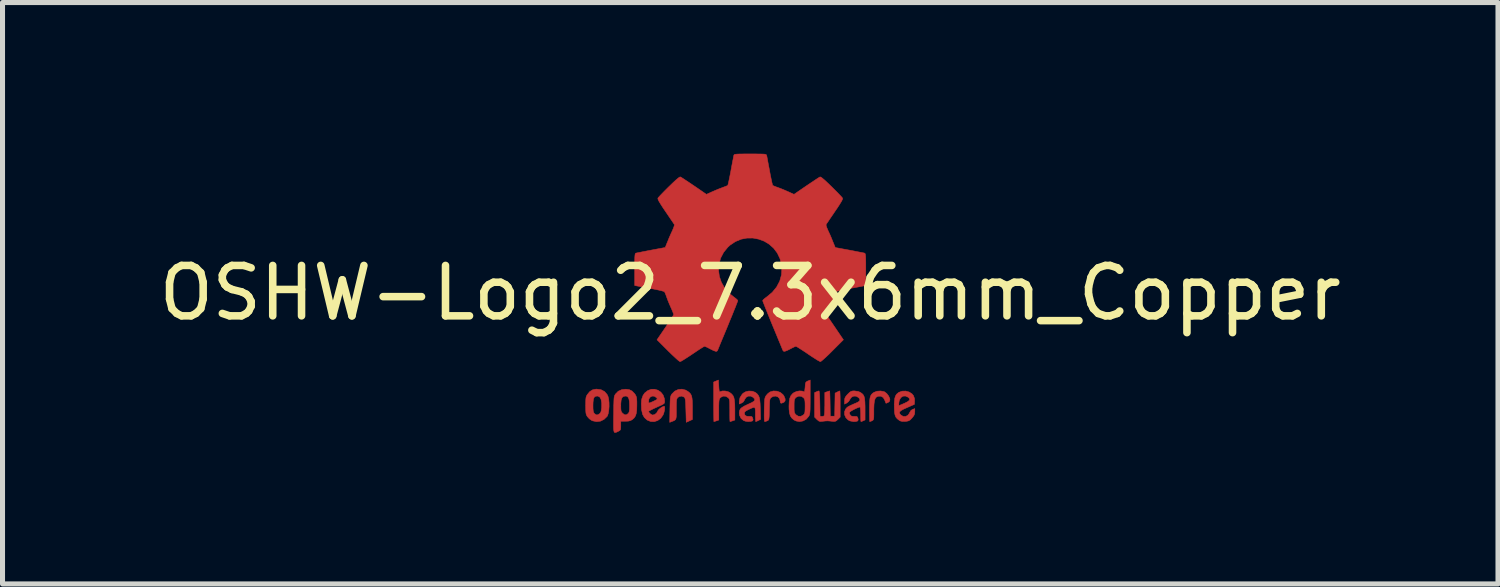
<source format=kicad_pcb>
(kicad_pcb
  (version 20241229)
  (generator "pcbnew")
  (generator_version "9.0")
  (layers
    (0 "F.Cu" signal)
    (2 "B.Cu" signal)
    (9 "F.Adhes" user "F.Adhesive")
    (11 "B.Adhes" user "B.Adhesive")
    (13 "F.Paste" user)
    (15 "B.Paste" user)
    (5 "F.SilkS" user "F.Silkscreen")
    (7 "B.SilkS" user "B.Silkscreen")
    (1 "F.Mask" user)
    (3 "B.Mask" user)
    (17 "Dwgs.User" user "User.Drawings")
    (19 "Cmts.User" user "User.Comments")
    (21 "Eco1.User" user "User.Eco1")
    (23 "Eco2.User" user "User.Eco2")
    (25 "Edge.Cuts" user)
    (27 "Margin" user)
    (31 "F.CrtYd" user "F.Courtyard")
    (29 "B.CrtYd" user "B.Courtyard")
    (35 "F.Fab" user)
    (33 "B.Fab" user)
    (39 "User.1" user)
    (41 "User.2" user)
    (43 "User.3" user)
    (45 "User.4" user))
  (footprint "OSHW-Logo2_7.3x6mm_Copper"
    (layer "F.Cu")
    (at 11.839 2.763)
    (property "Reference" "OSHW-Logo2_7.3x6mm_Copper" (at 0 0 0) (layer "F.SilkS") (effects (font (size 1 1) (thickness 0.15))))
    (attr board_only exclude_from_pos_files exclude_from_bom allow_missing_courtyard)
    (fp_poly (pts (xy 2.653 1.959) (xy 2.67 1.966) (xy 2.711 1.999) (xy 2.747 2.047) (xy 2.769 2.097) (xy 2.772 2.122) (xy 2.76 2.157) (xy 2.734 2.175) (xy 2.706 2.187) (xy 2.693 2.189) (xy 2.687 2.174) (xy 2.674 2.141) (xy 2.669 2.127) (xy 2.639 2.076) (xy 2.595 2.05) (xy 2.538 2.051) (xy 2.534 2.052) (xy 2.504 2.067) (xy 2.481 2.094) (xy 2.466 2.139) (xy 2.457 2.205) (xy 2.453 2.294) (xy 2.453 2.341) (xy 2.453 2.416) (xy 2.452 2.467) (xy 2.448 2.499) (xy 2.442 2.518) (xy 2.432 2.529) (xy 2.417 2.537) (xy 2.416 2.538) (xy 2.387 2.55) (xy 2.372 2.555) (xy 2.37 2.541) (xy 2.368 2.503) (xy 2.367 2.446) (xy 2.366 2.374) (xy 2.366 2.322) (xy 2.367 2.22) (xy 2.37 2.143) (xy 2.377 2.086) (xy 2.389 2.045) (xy 2.407 2.014) (xy 2.432 1.99) (xy 2.457 1.973) (xy 2.517 1.951) (xy 2.587 1.946) (xy 2.653 1.959)) (stroke (width 0.01) (type solid)) (fill yes) (layer "F.Cu"))
    (fp_poly (pts (xy -1.284 1.928) (xy -1.237 1.955) (xy -1.205 1.981) (xy -1.181 2.009) (xy -1.165 2.044) (xy -1.155 2.089) (xy -1.149 2.151) (xy -1.147 2.234) (xy -1.147 2.293) (xy -1.147 2.512) (xy -1.208 2.54) (xy -1.27 2.568) (xy -1.277 2.328) (xy -1.28 2.238) (xy -1.283 2.173) (xy -1.287 2.128) (xy -1.293 2.099) (xy -1.3 2.081) (xy -1.31 2.07) (xy -1.313 2.067) (xy -1.36 2.048) (xy -1.408 2.056) (xy -1.437 2.076) (xy -1.449 2.09) (xy -1.457 2.108) (xy -1.462 2.136) (xy -1.465 2.179) (xy -1.466 2.242) (xy -1.466 2.307) (xy -1.466 2.389) (xy -1.467 2.447) (xy -1.472 2.486) (xy -1.482 2.512) (xy -1.499 2.528) (xy -1.525 2.541) (xy -1.56 2.554) (xy -1.598 2.569) (xy -1.594 2.311) (xy -1.592 2.219) (xy -1.59 2.15) (xy -1.587 2.101) (xy -1.582 2.066) (xy -1.575 2.042) (xy -1.566 2.022) (xy -1.554 2.005) (xy -1.499 1.95) (xy -1.431 1.918) (xy -1.357 1.91) (xy -1.284 1.928)) (stroke (width 0.01) (type solid)) (fill yes) (layer "F.Cu"))
    (fp_poly (pts (xy 0.53 1.95) (xy 0.596 1.974) (xy 0.649 2.017) (xy 0.67 2.047) (xy 0.693 2.103) (xy 0.692 2.143) (xy 0.669 2.17) (xy 0.66 2.175) (xy 0.622 2.189) (xy 0.602 2.185) (xy 0.595 2.161) (xy 0.595 2.148) (xy 0.583 2.099) (xy 0.551 2.065) (xy 0.508 2.048) (xy 0.459 2.053) (xy 0.419 2.074) (xy 0.405 2.087) (xy 0.396 2.101) (xy 0.389 2.124) (xy 0.385 2.159) (xy 0.383 2.212) (xy 0.381 2.288) (xy 0.38 2.312) (xy 0.378 2.394) (xy 0.376 2.451) (xy 0.372 2.49) (xy 0.367 2.513) (xy 0.359 2.526) (xy 0.347 2.535) (xy 0.339 2.538) (xy 0.307 2.55) (xy 0.288 2.555) (xy 0.282 2.541) (xy 0.278 2.5) (xy 0.277 2.431) (xy 0.278 2.334) (xy 0.278 2.319) (xy 0.28 2.23) (xy 0.283 2.165) (xy 0.286 2.119) (xy 0.292 2.087) (xy 0.3 2.064) (xy 0.311 2.044) (xy 0.317 2.035) (xy 0.35 1.998) (xy 0.388 1.969) (xy 0.392 1.966) (xy 0.459 1.946) (xy 0.53 1.95)) (stroke (width 0.01) (type solid)) (fill yes) (layer "F.Cu"))
    (fp_poly (pts (xy -0.624 1.851) (xy -0.62 1.911) (xy -0.615 1.946) (xy -0.608 1.961) (xy -0.598 1.961) (xy -0.595 1.959) (xy -0.552 1.946) (xy -0.497 1.947) (xy -0.44 1.96) (xy -0.405 1.978) (xy -0.369 2.006) (xy -0.342 2.038) (xy -0.324 2.078) (xy -0.313 2.132) (xy -0.307 2.204) (xy -0.305 2.299) (xy -0.305 2.317) (xy -0.305 2.523) (xy -0.351 2.539) (xy -0.383 2.549) (xy -0.401 2.554) (xy -0.401 2.555) (xy -0.403 2.541) (xy -0.405 2.503) (xy -0.406 2.446) (xy -0.406 2.375) (xy -0.406 2.332) (xy -0.407 2.247) (xy -0.408 2.186) (xy -0.41 2.144) (xy -0.415 2.117) (xy -0.422 2.098) (xy -0.433 2.085) (xy -0.44 2.078) (xy -0.487 2.051) (xy -0.538 2.049) (xy -0.584 2.072) (xy -0.593 2.08) (xy -0.605 2.095) (xy -0.614 2.114) (xy -0.619 2.14) (xy -0.622 2.18) (xy -0.624 2.238) (xy -0.624 2.318) (xy -0.624 2.523) (xy -0.67 2.539) (xy -0.702 2.549) (xy -0.72 2.554) (xy -0.721 2.555) (xy -0.722 2.541) (xy -0.723 2.501) (xy -0.724 2.441) (xy -0.725 2.362) (xy -0.726 2.269) (xy -0.726 2.167) (xy -0.726 1.769) (xy -0.679 1.749) (xy -0.631 1.73) (xy -0.624 1.851)) (stroke (width 0.01) (type solid)) (fill yes) (layer "F.Cu"))
    (fp_poly (pts (xy 1.78 1.959) (xy 1.782 1.997) (xy 1.784 2.055) (xy 1.785 2.128) (xy 1.785 2.205) (xy 1.785 2.465) (xy 1.739 2.511) (xy 1.708 2.539) (xy 1.68 2.551) (xy 1.642 2.55) (xy 1.627 2.548) (xy 1.58 2.543) (xy 1.541 2.54) (xy 1.531 2.54) (xy 1.499 2.541) (xy 1.453 2.546) (xy 1.436 2.548) (xy 1.392 2.552) (xy 1.363 2.544) (xy 1.334 2.521) (xy 1.323 2.511) (xy 1.277 2.465) (xy 1.277 1.979) (xy 1.314 1.962) (xy 1.346 1.949) (xy 1.365 1.945) (xy 1.369 1.959) (xy 1.374 1.997) (xy 1.378 2.056) (xy 1.381 2.132) (xy 1.382 2.195) (xy 1.386 2.446) (xy 1.421 2.451) (xy 1.452 2.447) (xy 1.468 2.436) (xy 1.472 2.415) (xy 1.476 2.371) (xy 1.478 2.309) (xy 1.48 2.235) (xy 1.48 2.197) (xy 1.48 1.977) (xy 1.526 1.961) (xy 1.559 1.95) (xy 1.576 1.945) (xy 1.577 1.945) (xy 1.578 1.959) (xy 1.58 1.997) (xy 1.582 2.054) (xy 1.584 2.127) (xy 1.585 2.195) (xy 1.589 2.446) (xy 1.676 2.446) (xy 1.68 2.217) (xy 1.684 1.989) (xy 1.727 1.967) (xy 1.758 1.952) (xy 1.777 1.945) (xy 1.777 1.945) (xy 1.78 1.959)) (stroke (width 0.01) (type solid)) (fill yes) (layer "F.Cu"))
    (fp_poly (pts (xy -2.959 1.922) (xy -2.891 1.958) (xy -2.841 2.015) (xy -2.823 2.052) (xy -2.809 2.108) (xy -2.802 2.178) (xy -2.801 2.255) (xy -2.807 2.33) (xy -2.818 2.394) (xy -2.834 2.441) (xy -2.839 2.449) (xy -2.9 2.509) (xy -2.971 2.545) (xy -3.049 2.555) (xy -3.127 2.539) (xy -3.149 2.529) (xy -3.192 2.499) (xy -3.229 2.459) (xy -3.233 2.454) (xy -3.247 2.43) (xy -3.257 2.404) (xy -3.262 2.37) (xy -3.265 2.321) (xy -3.266 2.251) (xy -3.266 2.235) (xy -3.266 2.23) (xy -3.121 2.23) (xy -3.12 2.296) (xy -3.116 2.34) (xy -3.109 2.369) (xy -3.098 2.388) (xy -3.092 2.395) (xy -3.057 2.42) (xy -3.023 2.419) (xy -2.989 2.397) (xy -2.969 2.374) (xy -2.957 2.34) (xy -2.95 2.288) (xy -2.949 2.281) (xy -2.948 2.186) (xy -2.96 2.114) (xy -2.985 2.068) (xy -3.023 2.048) (xy -3.037 2.047) (xy -3.073 2.052) (xy -3.097 2.072) (xy -3.112 2.109) (xy -3.119 2.168) (xy -3.121 2.23) (xy -3.266 2.23) (xy -3.265 2.16) (xy -3.263 2.108) (xy -3.258 2.072) (xy -3.249 2.045) (xy -3.236 2.022) (xy -3.233 2.017) (xy -3.184 1.958) (xy -3.13 1.924) (xy -3.064 1.91) (xy -3.042 1.91) (xy -2.959 1.922)) (stroke (width 0.01) (type solid)) (fill yes) (layer "F.Cu"))
    (fp_poly (pts (xy 3.154 1.967) (xy 3.211 2.004) (xy 3.239 2.038) (xy 3.261 2.099) (xy 3.262 2.147) (xy 3.258 2.212) (xy 3.11 2.277) (xy 3.037 2.31) (xy 2.99 2.337) (xy 2.966 2.36) (xy 2.961 2.383) (xy 2.975 2.407) (xy 2.99 2.424) (xy 3.034 2.45) (xy 3.081 2.452) (xy 3.125 2.432) (xy 3.157 2.391) (xy 3.163 2.376) (xy 3.191 2.331) (xy 3.222 2.312) (xy 3.266 2.296) (xy 3.266 2.358) (xy 3.262 2.4) (xy 3.247 2.436) (xy 3.215 2.477) (xy 3.211 2.482) (xy 3.176 2.519) (xy 3.145 2.538) (xy 3.108 2.547) (xy 3.076 2.55) (xy 3.02 2.551) (xy 2.981 2.542) (xy 2.956 2.528) (xy 2.917 2.497) (xy 2.89 2.465) (xy 2.873 2.423) (xy 2.863 2.368) (xy 2.86 2.291) (xy 2.859 2.253) (xy 2.86 2.206) (xy 2.948 2.206) (xy 2.949 2.231) (xy 2.952 2.235) (xy 2.968 2.23) (xy 3.004 2.215) (xy 3.052 2.194) (xy 3.062 2.19) (xy 3.123 2.159) (xy 3.157 2.132) (xy 3.164 2.106) (xy 3.146 2.08) (xy 3.132 2.069) (xy 3.079 2.046) (xy 3.03 2.05) (xy 2.989 2.078) (xy 2.961 2.127) (xy 2.952 2.166) (xy 2.948 2.206) (xy 2.86 2.206) (xy 2.861 2.162) (xy 2.868 2.095) (xy 2.882 2.047) (xy 2.904 2.011) (xy 2.937 1.983) (xy 2.951 1.973) (xy 3.015 1.95) (xy 3.085 1.948) (xy 3.154 1.967)) (stroke (width 0.01) (type solid)) (fill yes) (layer "F.Cu"))
    (fp_poly (pts (xy 1.19 2.065) (xy 1.19 2.174) (xy 1.189 2.257) (xy 1.188 2.32) (xy 1.185 2.365) (xy 1.181 2.397) (xy 1.175 2.421) (xy 1.167 2.439) (xy 1.161 2.449) (xy 1.112 2.506) (xy 1.049 2.541) (xy 0.98 2.554) (xy 0.911 2.542) (xy 0.869 2.522) (xy 0.826 2.485) (xy 0.796 2.441) (xy 0.779 2.383) (xy 0.77 2.306) (xy 0.769 2.25) (xy 0.769 2.246) (xy 0.871 2.246) (xy 0.871 2.311) (xy 0.874 2.354) (xy 0.881 2.382) (xy 0.893 2.402) (xy 0.906 2.417) (xy 0.953 2.447) (xy 1.004 2.449) (xy 1.051 2.425) (xy 1.055 2.421) (xy 1.071 2.404) (xy 1.081 2.383) (xy 1.086 2.352) (xy 1.088 2.305) (xy 1.089 2.252) (xy 1.088 2.185) (xy 1.085 2.141) (xy 1.078 2.112) (xy 1.066 2.091) (xy 1.057 2.08) (xy 1.013 2.052) (xy 0.962 2.049) (xy 0.914 2.07) (xy 0.904 2.078) (xy 0.889 2.096) (xy 0.879 2.117) (xy 0.873 2.148) (xy 0.871 2.196) (xy 0.871 2.246) (xy 0.769 2.246) (xy 0.773 2.159) (xy 0.785 2.09) (xy 0.807 2.039) (xy 0.842 1.998) (xy 0.869 1.978) (xy 0.919 1.956) (xy 0.976 1.945) (xy 1.03 1.948) (xy 1.06 1.959) (xy 1.071 1.962) (xy 1.079 1.951) (xy 1.084 1.919) (xy 1.089 1.871) (xy 1.093 1.817) (xy 1.099 1.784) (xy 1.111 1.766) (xy 1.131 1.754) (xy 1.143 1.748) (xy 1.19 1.729) (xy 1.19 2.065)) (stroke (width 0.01) (type solid)) (fill yes) (layer "F.Cu"))
    (fp_poly (pts (xy -1.832 1.931) (xy -1.774 1.97) (xy -1.73 2.025) (xy -1.704 2.096) (xy -1.698 2.148) (xy -1.699 2.17) (xy -1.704 2.187) (xy -1.718 2.201) (xy -1.745 2.218) (xy -1.79 2.239) (xy -1.857 2.269) (xy -1.858 2.27) (xy -1.92 2.298) (xy -1.97 2.323) (xy -2.005 2.342) (xy -2.017 2.353) (xy -2.017 2.353) (xy -2.006 2.376) (xy -1.98 2.402) (xy -1.949 2.42) (xy -1.934 2.424) (xy -1.891 2.411) (xy -1.855 2.379) (xy -1.837 2.345) (xy -1.82 2.319) (xy -1.787 2.29) (xy -1.748 2.264) (xy -1.713 2.25) (xy -1.706 2.25) (xy -1.698 2.262) (xy -1.697 2.294) (xy -1.703 2.337) (xy -1.715 2.383) (xy -1.73 2.423) (xy -1.731 2.424) (xy -1.777 2.489) (xy -1.837 2.533) (xy -1.906 2.555) (xy -1.976 2.552) (xy -2.044 2.524) (xy -2.047 2.522) (xy -2.101 2.473) (xy -2.136 2.41) (xy -2.155 2.327) (xy -2.158 2.304) (xy -2.162 2.194) (xy -2.157 2.143) (xy -2.017 2.143) (xy -2.016 2.175) (xy -2.006 2.184) (xy -1.981 2.177) (xy -1.942 2.161) (xy -1.899 2.14) (xy -1.898 2.139) (xy -1.861 2.12) (xy -1.846 2.107) (xy -1.85 2.093) (xy -1.865 2.076) (xy -1.904 2.05) (xy -1.946 2.048) (xy -1.984 2.067) (xy -2.01 2.103) (xy -2.017 2.143) (xy -2.157 2.143) (xy -2.153 2.106) (xy -2.128 2.036) (xy -2.095 1.987) (xy -2.033 1.938) (xy -1.966 1.913) (xy -1.897 1.912) (xy -1.832 1.931)) (stroke (width 0.01) (type solid)) (fill yes) (layer "F.Cu"))
    (fp_poly (pts (xy 0.04 1.951) (xy 0.097 1.972) (xy 0.097 1.972) (xy 0.132 1.998) (xy 0.158 2.029) (xy 0.177 2.068) (xy 0.189 2.121) (xy 0.196 2.194) (xy 0.2 2.289) (xy 0.201 2.303) (xy 0.206 2.509) (xy 0.162 2.532) (xy 0.13 2.547) (xy 0.11 2.554) (xy 0.11 2.555) (xy 0.106 2.541) (xy 0.104 2.505) (xy 0.102 2.451) (xy 0.102 2.408) (xy 0.102 2.339) (xy 0.098 2.295) (xy 0.087 2.274) (xy 0.064 2.273) (xy 0.022 2.289) (xy -0.04 2.318) (xy -0.086 2.342) (xy -0.109 2.363) (xy -0.116 2.386) (xy -0.116 2.387) (xy -0.105 2.426) (xy -0.071 2.447) (xy -0.019 2.451) (xy 0.018 2.45) (xy 0.038 2.461) (xy 0.05 2.487) (xy 0.057 2.519) (xy 0.047 2.538) (xy 0.043 2.541) (xy 0.007 2.551) (xy -0.043 2.553) (xy -0.095 2.546) (xy -0.132 2.533) (xy -0.183 2.49) (xy -0.212 2.429) (xy -0.218 2.382) (xy -0.213 2.34) (xy -0.198 2.305) (xy -0.166 2.275) (xy -0.115 2.244) (xy -0.041 2.209) (xy -0.036 2.207) (xy 0.031 2.176) (xy 0.072 2.151) (xy 0.09 2.128) (xy 0.086 2.105) (xy 0.063 2.078) (xy 0.056 2.072) (xy 0.009 2.048) (xy -0.04 2.049) (xy -0.082 2.072) (xy -0.111 2.116) (xy -0.113 2.124) (xy -0.139 2.165) (xy -0.171 2.185) (xy -0.218 2.205) (xy -0.218 2.154) (xy -0.204 2.08) (xy -0.161 2.012) (xy -0.139 1.99) (xy -0.089 1.961) (xy -0.026 1.947) (xy 0.04 1.951)) (stroke (width 0.01) (type solid)) (fill yes) (layer "F.Cu"))
    (fp_poly (pts (xy -2.4 1.92) (xy -2.345 1.948) (xy -2.296 1.998) (xy -2.282 2.017) (xy -2.268 2.042) (xy -2.258 2.069) (xy -2.253 2.105) (xy -2.25 2.156) (xy -2.25 2.224) (xy -2.252 2.318) (xy -2.261 2.388) (xy -2.277 2.44) (xy -2.303 2.48) (xy -2.34 2.513) (xy -2.342 2.515) (xy -2.379 2.535) (xy -2.422 2.545) (xy -2.478 2.547) (xy -2.569 2.547) (xy -2.569 2.635) (xy -2.57 2.684) (xy -2.575 2.713) (xy -2.588 2.73) (xy -2.614 2.745) (xy -2.62 2.748) (xy -2.649 2.762) (xy -2.672 2.77) (xy -2.688 2.771) (xy -2.7 2.761) (xy -2.707 2.737) (xy -2.712 2.696) (xy -2.713 2.636) (xy -2.713 2.553) (xy -2.712 2.445) (xy -2.711 2.413) (xy -2.71 2.302) (xy -2.709 2.229) (xy -2.569 2.229) (xy -2.568 2.29) (xy -2.565 2.331) (xy -2.557 2.358) (xy -2.543 2.378) (xy -2.533 2.388) (xy -2.495 2.418) (xy -2.46 2.42) (xy -2.425 2.396) (xy -2.424 2.395) (xy -2.409 2.376) (xy -2.401 2.351) (xy -2.396 2.312) (xy -2.395 2.252) (xy -2.395 2.238) (xy -2.398 2.156) (xy -2.409 2.099) (xy -2.429 2.064) (xy -2.458 2.048) (xy -2.476 2.047) (xy -2.516 2.054) (xy -2.544 2.078) (xy -2.561 2.123) (xy -2.568 2.191) (xy -2.569 2.229) (xy -2.709 2.229) (xy -2.708 2.215) (xy -2.706 2.15) (xy -2.704 2.103) (xy -2.7 2.069) (xy -2.694 2.045) (xy -2.687 2.028) (xy -2.677 2.012) (xy -2.673 2.006) (xy -2.619 1.951) (xy -2.55 1.92) (xy -2.47 1.911) (xy -2.4 1.92)) (stroke (width 0.01) (type solid)) (fill yes) (layer "F.Cu"))
    (fp_poly (pts (xy 2.145 1.956) (xy 2.187 1.975) (xy 2.219 1.998) (xy 2.244 2.024) (xy 2.26 2.057) (xy 2.271 2.103) (xy 2.276 2.165) (xy 2.279 2.249) (xy 2.279 2.305) (xy 2.279 2.521) (xy 2.242 2.538) (xy 2.213 2.55) (xy 2.198 2.555) (xy 2.195 2.541) (xy 2.193 2.505) (xy 2.192 2.452) (xy 2.192 2.409) (xy 2.19 2.348) (xy 2.187 2.3) (xy 2.182 2.271) (xy 2.178 2.264) (xy 2.153 2.271) (xy 2.112 2.287) (xy 2.066 2.309) (xy 2.021 2.333) (xy 1.986 2.355) (xy 1.97 2.37) (xy 1.97 2.37) (xy 1.971 2.397) (xy 1.984 2.423) (xy 2.006 2.444) (xy 2.038 2.451) (xy 2.065 2.451) (xy 2.104 2.45) (xy 2.124 2.459) (xy 2.136 2.483) (xy 2.138 2.488) (xy 2.143 2.522) (xy 2.129 2.543) (xy 2.092 2.552) (xy 2.052 2.554) (xy 1.981 2.541) (xy 1.943 2.521) (xy 1.898 2.476) (xy 1.873 2.42) (xy 1.871 2.361) (xy 1.892 2.306) (xy 1.923 2.271) (xy 1.953 2.252) (xy 2.002 2.228) (xy 2.058 2.203) (xy 2.068 2.199) (xy 2.13 2.172) (xy 2.166 2.148) (xy 2.177 2.124) (xy 2.167 2.097) (xy 2.148 2.076) (xy 2.104 2.05) (xy 2.056 2.048) (xy 2.012 2.068) (xy 1.981 2.108) (xy 1.977 2.118) (xy 1.952 2.156) (xy 1.917 2.184) (xy 1.872 2.207) (xy 1.872 2.141) (xy 1.875 2.102) (xy 1.886 2.07) (xy 1.911 2.036) (xy 1.935 2.01) (xy 1.972 1.974) (xy 2.001 1.954) (xy 2.033 1.946) (xy 2.068 1.945) (xy 2.145 1.956)) (stroke (width 0.01) (type solid)) (fill yes) (layer "F.Cu"))
    (fp_poly (pts (xy 0.104 -2.758) (xy 0.182 -2.757) (xy 0.239 -2.756) (xy 0.278 -2.754) (xy 0.303 -2.75) (xy 0.316 -2.744) (xy 0.323 -2.737) (xy 0.326 -2.726) (xy 0.327 -2.725) (xy 0.332 -2.701) (xy 0.341 -2.653) (xy 0.353 -2.587) (xy 0.368 -2.508) (xy 0.385 -2.42) (xy 0.385 -2.417) (xy 0.401 -2.331) (xy 0.417 -2.255) (xy 0.43 -2.194) (xy 0.44 -2.152) (xy 0.446 -2.133) (xy 0.447 -2.133) (xy 0.465 -2.124) (xy 0.502 -2.109) (xy 0.551 -2.091) (xy 0.552 -2.091) (xy 0.613 -2.068) (xy 0.686 -2.038) (xy 0.754 -2.008) (xy 0.757 -2.007) (xy 0.869 -1.956) (xy 1.115 -2.125) (xy 1.191 -2.176) (xy 1.26 -2.222) (xy 1.317 -2.26) (xy 1.359 -2.287) (xy 1.383 -2.301) (xy 1.385 -2.302) (xy 1.402 -2.298) (xy 1.434 -2.275) (xy 1.481 -2.235) (xy 1.546 -2.174) (xy 1.612 -2.11) (xy 1.676 -2.046) (xy 1.733 -1.989) (xy 1.78 -1.94) (xy 1.814 -1.904) (xy 1.83 -1.884) (xy 1.831 -1.883) (xy 1.833 -1.869) (xy 1.826 -1.847) (xy 1.809 -1.814) (xy 1.779 -1.765) (xy 1.737 -1.699) (xy 1.679 -1.614) (xy 1.629 -1.54) (xy 1.583 -1.473) (xy 1.546 -1.417) (xy 1.519 -1.378) (xy 1.506 -1.357) (xy 1.505 -1.356) (xy 1.507 -1.336) (xy 1.519 -1.298) (xy 1.54 -1.248) (xy 1.547 -1.232) (xy 1.58 -1.162) (xy 1.614 -1.082) (xy 1.642 -1.012) (xy 1.663 -0.961) (xy 1.679 -0.922) (xy 1.688 -0.901) (xy 1.689 -0.9) (xy 1.706 -0.897) (xy 1.746 -0.89) (xy 1.804 -0.879) (xy 1.875 -0.866) (xy 1.952 -0.852) (xy 2.032 -0.837) (xy 2.107 -0.822) (xy 2.174 -0.809) (xy 2.227 -0.799) (xy 2.26 -0.792) (xy 2.268 -0.79) (xy 2.276 -0.785) (xy 2.283 -0.774) (xy 2.287 -0.754) (xy 2.29 -0.72) (xy 2.292 -0.67) (xy 2.293 -0.599) (xy 2.293 -0.504) (xy 2.293 -0.465) (xy 2.293 -0.147) (xy 2.217 -0.132) (xy 2.175 -0.124) (xy 2.111 -0.112) (xy 2.035 -0.098) (xy 1.953 -0.083) (xy 1.93 -0.079) (xy 1.855 -0.064) (xy 1.789 -0.049) (xy 1.738 -0.037) (xy 1.709 -0.027) (xy 1.704 -0.024) (xy 1.691 -0.003) (xy 1.674 0.038) (xy 1.655 0.09) (xy 1.651 0.102) (xy 1.625 0.172) (xy 1.594 0.25) (xy 1.563 0.321) (xy 1.563 0.322) (xy 1.511 0.433) (xy 1.68 0.681) (xy 1.849 0.93) (xy 1.632 1.147) (xy 1.567 1.212) (xy 1.507 1.269) (xy 1.456 1.315) (xy 1.418 1.348) (xy 1.396 1.363) (xy 1.392 1.364) (xy 1.374 1.356) (xy 1.335 1.335) (xy 1.281 1.301) (xy 1.216 1.259) (xy 1.146 1.212) (xy 1.075 1.164) (xy 1.011 1.122) (xy 0.959 1.089) (xy 0.923 1.067) (xy 0.907 1.06) (xy 0.887 1.066) (xy 0.85 1.083) (xy 0.803 1.107) (xy 0.798 1.11) (xy 0.734 1.142) (xy 0.69 1.158) (xy 0.663 1.158) (xy 0.649 1.143) (xy 0.649 1.143) (xy 0.642 1.126) (xy 0.625 1.085) (xy 0.6 1.024) (xy 0.567 0.945) (xy 0.529 0.852) (xy 0.486 0.748) (xy 0.444 0.648) (xy 0.399 0.537) (xy 0.357 0.434) (xy 0.32 0.342) (xy 0.289 0.265) (xy 0.266 0.206) (xy 0.251 0.167) (xy 0.247 0.153) (xy 0.258 0.136) (xy 0.287 0.11) (xy 0.326 0.081) (xy 0.437 -0.011) (xy 0.523 -0.116) (xy 0.585 -0.233) (xy 0.62 -0.358) (xy 0.628 -0.49) (xy 0.622 -0.552) (xy 0.591 -0.678) (xy 0.538 -0.79) (xy 0.466 -0.886) (xy 0.378 -0.965) (xy 0.278 -1.026) (xy 0.168 -1.067) (xy 0.053 -1.089) (xy -0.065 -1.088) (xy -0.181 -1.066) (xy -0.294 -1.019) (xy -0.4 -0.948) (xy -0.444 -0.908) (xy -0.528 -0.805) (xy -0.587 -0.692) (xy -0.62 -0.573) (xy -0.629 -0.451) (xy -0.613 -0.329) (xy -0.573 -0.211) (xy -0.51 -0.1) (xy -0.423 0.002) (xy -0.326 0.081) (xy -0.286 0.111) (xy -0.257 0.137) (xy -0.247 0.153) (xy -0.252 0.17) (xy -0.267 0.21) (xy -0.291 0.272) (xy -0.323 0.35) (xy -0.36 0.443) (xy -0.403 0.546) (xy -0.444 0.648) (xy -0.49 0.759) (xy -0.533 0.862) (xy -0.571 0.953) (xy -0.603 1.03) (xy -0.627 1.09) (xy -0.643 1.129) (xy -0.649 1.143) (xy -0.663 1.158) (xy -0.69 1.158) (xy -0.734 1.142) (xy -0.797 1.11) (xy -0.798 1.11) (xy -0.845 1.085) (xy -0.884 1.067) (xy -0.906 1.06) (xy -0.907 1.06) (xy -0.923 1.067) (xy -0.96 1.089) (xy -1.012 1.122) (xy -1.075 1.164) (xy -1.146 1.212) (xy -1.218 1.26) (xy -1.283 1.302) (xy -1.336 1.335) (xy -1.374 1.357) (xy -1.392 1.364) (xy -1.409 1.354) (xy -1.443 1.327) (xy -1.49 1.284) (xy -1.547 1.231) (xy -1.612 1.168) (xy -1.633 1.147) (xy -1.85 0.93) (xy -1.684 0.687) (xy -1.634 0.613) (xy -1.59 0.546) (xy -1.555 0.491) (xy -1.53 0.451) (xy -1.519 0.43) (xy -1.519 0.429) (xy -1.525 0.409) (xy -1.54 0.37) (xy -1.562 0.317) (xy -1.578 0.282) (xy -1.607 0.215) (xy -1.635 0.147) (xy -1.656 0.09) (xy -1.662 0.073) (xy -1.679 0.026) (xy -1.695 -0.01) (xy -1.704 -0.024) (xy -1.723 -0.032) (xy -1.766 -0.044) (xy -1.826 -0.058) (xy -1.898 -0.073) (xy -1.93 -0.079) (xy -2.012 -0.094) (xy -2.091 -0.108) (xy -2.159 -0.121) (xy -2.208 -0.13) (xy -2.217 -0.132) (xy -2.293 -0.147) (xy -2.293 -0.465) (xy -2.293 -0.569) (xy -2.292 -0.648) (xy -2.291 -0.705) (xy -2.288 -0.744) (xy -2.284 -0.769) (xy -2.279 -0.782) (xy -2.271 -0.789) (xy -2.268 -0.79) (xy -2.249 -0.794) (xy -2.207 -0.802) (xy -2.148 -0.814) (xy -2.077 -0.828) (xy -1.999 -0.843) (xy -1.92 -0.858) (xy -1.845 -0.872) (xy -1.779 -0.884) (xy -1.727 -0.894) (xy -1.696 -0.899) (xy -1.689 -0.9) (xy -1.683 -0.912) (xy -1.669 -0.946) (xy -1.65 -0.994) (xy -1.642 -1.012) (xy -1.613 -1.085) (xy -1.578 -1.165) (xy -1.547 -1.232) (xy -1.525 -1.284) (xy -1.51 -1.326) (xy -1.504 -1.352) (xy -1.505 -1.356) (xy -1.516 -1.372) (xy -1.54 -1.409) (xy -1.576 -1.461) (xy -1.62 -1.526) (xy -1.67 -1.6) (xy -1.68 -1.614) (xy -1.738 -1.7) (xy -1.78 -1.766) (xy -1.809 -1.814) (xy -1.826 -1.847) (xy -1.833 -1.869) (xy -1.831 -1.883) (xy -1.831 -1.883) (xy -1.816 -1.901) (xy -1.785 -1.935) (xy -1.739 -1.983) (xy -1.683 -2.04) (xy -1.62 -2.103) (xy -1.612 -2.11) (xy -1.533 -2.187) (xy -1.471 -2.244) (xy -1.427 -2.281) (xy -1.398 -2.3) (xy -1.385 -2.302) (xy -1.367 -2.292) (xy -1.328 -2.267) (xy -1.274 -2.231) (xy -1.207 -2.187) (xy -1.133 -2.137) (xy -1.115 -2.125) (xy -0.869 -1.956) (xy -0.757 -2.007) (xy -0.69 -2.036) (xy -0.617 -2.066) (xy -0.554 -2.09) (xy -0.552 -2.091) (xy -0.503 -2.109) (xy -0.465 -2.124) (xy -0.447 -2.133) (xy -0.447 -2.133) (xy -0.441 -2.149) (xy -0.431 -2.19) (xy -0.418 -2.25) (xy -0.403 -2.325) (xy -0.386 -2.41) (xy -0.385 -2.417) (xy -0.369 -2.505) (xy -0.354 -2.585) (xy -0.341 -2.651) (xy -0.332 -2.7) (xy -0.327 -2.725) (xy -0.327 -2.725) (xy -0.323 -2.736) (xy -0.317 -2.744) (xy -0.305 -2.75) (xy -0.281 -2.753) (xy -0.244 -2.756) (xy -0.19 -2.757) (xy -0.114 -2.758) (xy -0.013 -2.758) (xy 0 -2.758) (xy 0.104 -2.758)) (stroke (width 0.01) (type solid)) (fill yes) (layer "F.Cu")))
  (gr_rect
    (start -3 -3)
    (end 26.679 8.539)
    (stroke (width 0.1) (type default))
    (fill no)
    (layer "Edge.Cuts")))
</source>
